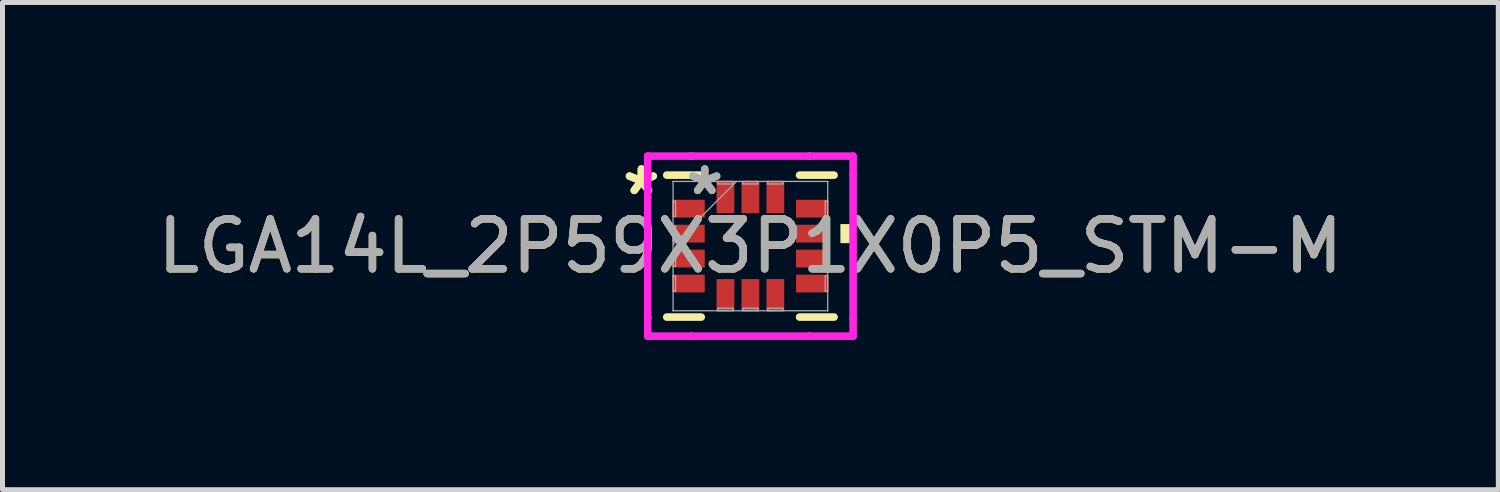
<source format=kicad_pcb>
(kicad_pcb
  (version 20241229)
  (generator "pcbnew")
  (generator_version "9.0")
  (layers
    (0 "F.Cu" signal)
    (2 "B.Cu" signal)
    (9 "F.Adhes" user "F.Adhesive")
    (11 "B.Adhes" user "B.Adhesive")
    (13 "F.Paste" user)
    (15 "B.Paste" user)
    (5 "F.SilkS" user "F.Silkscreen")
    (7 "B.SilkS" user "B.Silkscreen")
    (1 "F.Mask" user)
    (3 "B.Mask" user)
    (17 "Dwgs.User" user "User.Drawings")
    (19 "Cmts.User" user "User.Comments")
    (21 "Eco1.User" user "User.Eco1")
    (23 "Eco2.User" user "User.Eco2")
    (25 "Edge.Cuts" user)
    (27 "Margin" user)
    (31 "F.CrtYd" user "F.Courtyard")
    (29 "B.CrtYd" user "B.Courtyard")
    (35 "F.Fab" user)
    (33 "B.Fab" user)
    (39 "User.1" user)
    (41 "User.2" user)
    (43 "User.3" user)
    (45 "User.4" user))
  (footprint "LGA14L_2P59X3P1X0P5_STM-M"
    (layer "F.Cu")
    (at 11.982 1.88)
    (property "Reference" "LGA14L_2P59X3P1X0P5_STM-M" (at 0 0 0) (unlocked yes) (layer "F.SilkS") (effects (font (size 1 1) (thickness 0.15))))
    (attr smd)
    (fp_line (start -1.676 1.422) (end -0.985 1.422) (stroke (width 0.152) (type solid)) (layer "F.SilkS"))
    (fp_line (start -0.985 -1.422) (end -1.676 -1.422) (stroke (width 0.152) (type solid)) (layer "F.SilkS"))
    (fp_line (start 0.985 1.422) (end 1.676 1.422) (stroke (width 0.152) (type solid)) (layer "F.SilkS"))
    (fp_line (start 1.676 -1.422) (end 0.985 -1.422) (stroke (width 0.152) (type solid)) (layer "F.SilkS"))
    (fp_poly (pts (xy 2.057 -0.441) (xy 2.057 -0.059) (xy 1.803 -0.059) (xy 1.803 -0.441)) (stroke (width 0) (type solid)) (fill yes) (layer "F.SilkS"))
    (fp_line (start -2.057 -1.803) (end -1.186 -1.803) (stroke (width 0.152) (type solid)) (layer "F.CrtYd"))
    (fp_line (start -2.057 -1.436) (end -2.057 -1.803) (stroke (width 0.152) (type solid)) (layer "F.CrtYd"))
    (fp_line (start -2.057 -1.436) (end -2.057 -1.436) (stroke (width 0.152) (type solid)) (layer "F.CrtYd"))
    (fp_line (start -2.057 1.436) (end -2.057 -1.436) (stroke (width 0.152) (type solid)) (layer "F.CrtYd"))
    (fp_line (start -2.057 1.436) (end -2.057 1.436) (stroke (width 0.152) (type solid)) (layer "F.CrtYd"))
    (fp_line (start -2.057 1.803) (end -2.057 1.436) (stroke (width 0.152) (type solid)) (layer "F.CrtYd"))
    (fp_line (start -1.186 -1.803) (end -1.186 -1.803) (stroke (width 0.152) (type solid)) (layer "F.CrtYd"))
    (fp_line (start -1.186 -1.803) (end 1.186 -1.803) (stroke (width 0.152) (type solid)) (layer "F.CrtYd"))
    (fp_line (start -1.186 1.803) (end -2.057 1.803) (stroke (width 0.152) (type solid)) (layer "F.CrtYd"))
    (fp_line (start -1.186 1.803) (end -1.186 1.803) (stroke (width 0.152) (type solid)) (layer "F.CrtYd"))
    (fp_line (start 1.186 -1.803) (end 1.186 -1.803) (stroke (width 0.152) (type solid)) (layer "F.CrtYd"))
    (fp_line (start 1.186 -1.803) (end 2.057 -1.803) (stroke (width 0.152) (type solid)) (layer "F.CrtYd"))
    (fp_line (start 1.186 1.803) (end -1.186 1.803) (stroke (width 0.152) (type solid)) (layer "F.CrtYd"))
    (fp_line (start 1.186 1.803) (end 1.186 1.803) (stroke (width 0.152) (type solid)) (layer "F.CrtYd"))
    (fp_line (start 2.057 -1.803) (end 2.057 -1.436) (stroke (width 0.152) (type solid)) (layer "F.CrtYd"))
    (fp_line (start 2.057 -1.436) (end 2.057 -1.436) (stroke (width 0.152) (type solid)) (layer "F.CrtYd"))
    (fp_line (start 2.057 -1.436) (end 2.057 1.436) (stroke (width 0.152) (type solid)) (layer "F.CrtYd"))
    (fp_line (start 2.057 1.436) (end 2.057 1.436) (stroke (width 0.152) (type solid)) (layer "F.CrtYd"))
    (fp_line (start 2.057 1.436) (end 2.057 1.803) (stroke (width 0.152) (type solid)) (layer "F.CrtYd"))
    (fp_line (start 2.057 1.803) (end 1.186 1.803) (stroke (width 0.152) (type solid)) (layer "F.CrtYd"))
    (fp_line (start -1.549 -1.295) (end -1.549 -1.295) (stroke (width 0.025) (type solid)) (layer "F.Fab"))
    (fp_line (start -1.549 -1.295) (end -1.549 1.295) (stroke (width 0.025) (type solid)) (layer "F.Fab"))
    (fp_line (start -1.549 -0.902) (end -1.499 -0.902) (stroke (width 0.025) (type solid)) (layer "F.Fab"))
    (fp_line (start -1.549 -0.598) (end -1.549 -0.902) (stroke (width 0.025) (type solid)) (layer "F.Fab"))
    (fp_line (start -1.549 -0.402) (end -1.499 -0.402) (stroke (width 0.025) (type solid)) (layer "F.Fab"))
    (fp_line (start -1.549 -0.098) (end -1.549 -0.402) (stroke (width 0.025) (type solid)) (layer "F.Fab"))
    (fp_line (start -1.549 -0.025) (end -0.279 -1.295) (stroke (width 0.025) (type solid)) (layer "F.Fab"))
    (fp_line (start -1.549 0.098) (end -1.499 0.098) (stroke (width 0.025) (type solid)) (layer "F.Fab"))
    (fp_line (start -1.549 0.402) (end -1.549 0.098) (stroke (width 0.025) (type solid)) (layer "F.Fab"))
    (fp_line (start -1.549 0.598) (end -1.499 0.598) (stroke (width 0.025) (type solid)) (layer "F.Fab"))
    (fp_line (start -1.549 0.902) (end -1.549 0.598) (stroke (width 0.025) (type solid)) (layer "F.Fab"))
    (fp_line (start -1.549 1.295) (end -1.549 1.295) (stroke (width 0.025) (type solid)) (layer "F.Fab"))
    (fp_line (start -1.549 1.295) (end 1.549 1.295) (stroke (width 0.025) (type solid)) (layer "F.Fab"))
    (fp_line (start -1.499 -0.902) (end -1.499 -0.598) (stroke (width 0.025) (type solid)) (layer "F.Fab"))
    (fp_line (start -1.499 -0.598) (end -1.549 -0.598) (stroke (width 0.025) (type solid)) (layer "F.Fab"))
    (fp_line (start -1.499 -0.402) (end -1.499 -0.098) (stroke (width 0.025) (type solid)) (layer "F.Fab"))
    (fp_line (start -1.499 -0.098) (end -1.549 -0.098) (stroke (width 0.025) (type solid)) (layer "F.Fab"))
    (fp_line (start -1.499 0.098) (end -1.499 0.402) (stroke (width 0.025) (type solid)) (layer "F.Fab"))
    (fp_line (start -1.499 0.402) (end -1.549 0.402) (stroke (width 0.025) (type solid)) (layer "F.Fab"))
    (fp_line (start -1.499 0.598) (end -1.499 0.902) (stroke (width 0.025) (type solid)) (layer "F.Fab"))
    (fp_line (start -1.499 0.902) (end -1.549 0.902) (stroke (width 0.025) (type solid)) (layer "F.Fab"))
    (fp_line (start -0.652 -1.295) (end -0.348 -1.295) (stroke (width 0.025) (type solid)) (layer "F.Fab"))
    (fp_line (start -0.652 -1.245) (end -0.652 -1.295) (stroke (width 0.025) (type solid)) (layer "F.Fab"))
    (fp_line (start -0.652 1.245) (end -0.348 1.245) (stroke (width 0.025) (type solid)) (layer "F.Fab"))
    (fp_line (start -0.652 1.295) (end -0.652 1.245) (stroke (width 0.025) (type solid)) (layer "F.Fab"))
    (fp_line (start -0.348 -1.295) (end -0.348 -1.245) (stroke (width 0.025) (type solid)) (layer "F.Fab"))
    (fp_line (start -0.348 -1.245) (end -0.652 -1.245) (stroke (width 0.025) (type solid)) (layer "F.Fab"))
    (fp_line (start -0.348 1.245) (end -0.348 1.295) (stroke (width 0.025) (type solid)) (layer "F.Fab"))
    (fp_line (start -0.348 1.295) (end -0.652 1.295) (stroke (width 0.025) (type solid)) (layer "F.Fab"))
    (fp_line (start -0.152 -1.295) (end 0.152 -1.295) (stroke (width 0.025) (type solid)) (layer "F.Fab"))
    (fp_line (start -0.152 -1.245) (end -0.152 -1.295) (stroke (width 0.025) (type solid)) (layer "F.Fab"))
    (fp_line (start -0.152 1.245) (end 0.152 1.245) (stroke (width 0.025) (type solid)) (layer "F.Fab"))
    (fp_line (start -0.152 1.295) (end -0.152 1.245) (stroke (width 0.025) (type solid)) (layer "F.Fab"))
    (fp_line (start 0.152 -1.295) (end 0.152 -1.245) (stroke (width 0.025) (type solid)) (layer "F.Fab"))
    (fp_line (start 0.152 -1.245) (end -0.152 -1.245) (stroke (width 0.025) (type solid)) (layer "F.Fab"))
    (fp_line (start 0.152 1.245) (end 0.152 1.295) (stroke (width 0.025) (type solid)) (layer "F.Fab"))
    (fp_line (start 0.152 1.295) (end -0.152 1.295) (stroke (width 0.025) (type solid)) (layer "F.Fab"))
    (fp_line (start 0.348 -1.295) (end 0.652 -1.295) (stroke (width 0.025) (type solid)) (layer "F.Fab"))
    (fp_line (start 0.348 -1.245) (end 0.348 -1.295) (stroke (width 0.025) (type solid)) (layer "F.Fab"))
    (fp_line (start 0.348 1.245) (end 0.652 1.245) (stroke (width 0.025) (type solid)) (layer "F.Fab"))
    (fp_line (start 0.348 1.295) (end 0.348 1.245) (stroke (width 0.025) (type solid)) (layer "F.Fab"))
    (fp_line (start 0.652 -1.295) (end 0.652 -1.245) (stroke (width 0.025) (type solid)) (layer "F.Fab"))
    (fp_line (start 0.652 -1.245) (end 0.348 -1.245) (stroke (width 0.025) (type solid)) (layer "F.Fab"))
    (fp_line (start 0.652 1.245) (end 0.652 1.295) (stroke (width 0.025) (type solid)) (layer "F.Fab"))
    (fp_line (start 0.652 1.295) (end 0.348 1.295) (stroke (width 0.025) (type solid)) (layer "F.Fab"))
    (fp_line (start 1.499 -0.902) (end 1.549 -0.902) (stroke (width 0.025) (type solid)) (layer "F.Fab"))
    (fp_line (start 1.499 -0.598) (end 1.499 -0.902) (stroke (width 0.025) (type solid)) (layer "F.Fab"))
    (fp_line (start 1.499 -0.402) (end 1.549 -0.402) (stroke (width 0.025) (type solid)) (layer "F.Fab"))
    (fp_line (start 1.499 -0.098) (end 1.499 -0.402) (stroke (width 0.025) (type solid)) (layer "F.Fab"))
    (fp_line (start 1.499 0.098) (end 1.549 0.098) (stroke (width 0.025) (type solid)) (layer "F.Fab"))
    (fp_line (start 1.499 0.402) (end 1.499 0.098) (stroke (width 0.025) (type solid)) (layer "F.Fab"))
    (fp_line (start 1.499 0.598) (end 1.549 0.598) (stroke (width 0.025) (type solid)) (layer "F.Fab"))
    (fp_line (start 1.499 0.902) (end 1.499 0.598) (stroke (width 0.025) (type solid)) (layer "F.Fab"))
    (fp_line (start 1.549 -1.295) (end -1.549 -1.295) (stroke (width 0.025) (type solid)) (layer "F.Fab"))
    (fp_line (start 1.549 -1.295) (end 1.549 -1.295) (stroke (width 0.025) (type solid)) (layer "F.Fab"))
    (fp_line (start 1.549 -0.902) (end 1.549 -0.598) (stroke (width 0.025) (type solid)) (layer "F.Fab"))
    (fp_line (start 1.549 -0.598) (end 1.499 -0.598) (stroke (width 0.025) (type solid)) (layer "F.Fab"))
    (fp_line (start 1.549 -0.402) (end 1.549 -0.098) (stroke (width 0.025) (type solid)) (layer "F.Fab"))
    (fp_line (start 1.549 -0.098) (end 1.499 -0.098) (stroke (width 0.025) (type solid)) (layer "F.Fab"))
    (fp_line (start 1.549 0.098) (end 1.549 0.402) (stroke (width 0.025) (type solid)) (layer "F.Fab"))
    (fp_line (start 1.549 0.402) (end 1.499 0.402) (stroke (width 0.025) (type solid)) (layer "F.Fab"))
    (fp_line (start 1.549 0.598) (end 1.549 0.902) (stroke (width 0.025) (type solid)) (layer "F.Fab"))
    (fp_line (start 1.549 0.902) (end 1.499 0.902) (stroke (width 0.025) (type solid)) (layer "F.Fab"))
    (fp_line (start 1.549 1.295) (end 1.549 -1.295) (stroke (width 0.025) (type solid)) (layer "F.Fab"))
    (fp_line (start 1.549 1.295) (end 1.549 1.295) (stroke (width 0.025) (type solid)) (layer "F.Fab"))
    (fp_text user "*" (at -2.184 -1 0) (layer "F.SilkS") (effects (font (size 1 1) (thickness 0.15))))
    (fp_text user "*" (at -2.184 -1 0) (unlocked yes) (layer "F.SilkS") (effects (font (size 1 1) (thickness 0.15))))
    (fp_text user "*" (at -0.914 -1 0) (unlocked yes) (layer "F.Fab") (effects (font (size 1 1) (thickness 0.15))))
    (fp_text user "*" (at -0.914 -1 0) (layer "F.Fab") (effects (font (size 1 1) (thickness 0.15))))
    (fp_text user "${REFERENCE}" (at 0 0 0) (unlocked yes) (layer "F.Fab") (effects (font (size 1 1) (thickness 0.15))))
    (pad "1" smd rect (at -1.232 -0.75 90) (size 0.356 0.635) (layers "F.Cu" "F.Mask" "F.Paste"))
    (pad "2" smd rect (at -1.232 -0.25 90) (size 0.356 0.635) (layers "F.Cu" "F.Mask" "F.Paste"))
    (pad "3" smd rect (at -1.232 0.25 90) (size 0.356 0.635) (layers "F.Cu" "F.Mask" "F.Paste"))
    (pad "4" smd rect (at -1.232 0.75 90) (size 0.356 0.635) (layers "F.Cu" "F.Mask" "F.Paste"))
    (pad "5" smd rect (at -0.5 0.978) (size 0.356 0.635) (layers "F.Cu" "F.Mask" "F.Paste"))
    (pad "6" smd rect (at 0 0.978) (size 0.356 0.635) (layers "F.Cu" "F.Mask" "F.Paste"))
    (pad "7" smd rect (at 0.5 0.978) (size 0.356 0.635) (layers "F.Cu" "F.Mask" "F.Paste"))
    (pad "8" smd rect (at 1.232 0.75 90) (size 0.356 0.635) (layers "F.Cu" "F.Mask" "F.Paste"))
    (pad "9" smd rect (at 1.232 0.25 90) (size 0.356 0.635) (layers "F.Cu" "F.Mask" "F.Paste"))
    (pad "10" smd rect (at 1.232 -0.25 90) (size 0.356 0.635) (layers "F.Cu" "F.Mask" "F.Paste"))
    (pad "11" smd rect (at 1.232 -0.75 90) (size 0.356 0.635) (layers "F.Cu" "F.Mask" "F.Paste"))
    (pad "12" smd rect (at 0.5 -0.978) (size 0.356 0.635) (layers "F.Cu" "F.Mask" "F.Paste"))
    (pad "13" smd rect (at 0 -0.978) (size 0.356 0.635) (layers "F.Cu" "F.Mask" "F.Paste"))
    (pad "14" smd rect (at -0.5 -0.978) (size 0.356 0.635) (layers "F.Cu" "F.Mask" "F.Paste")))
  (gr_rect
    (start -3 -3)
    (end 26.964 6.759)
    (stroke (width 0.1) (type default))
    (fill no)
    (layer "Edge.Cuts")))
</source>
